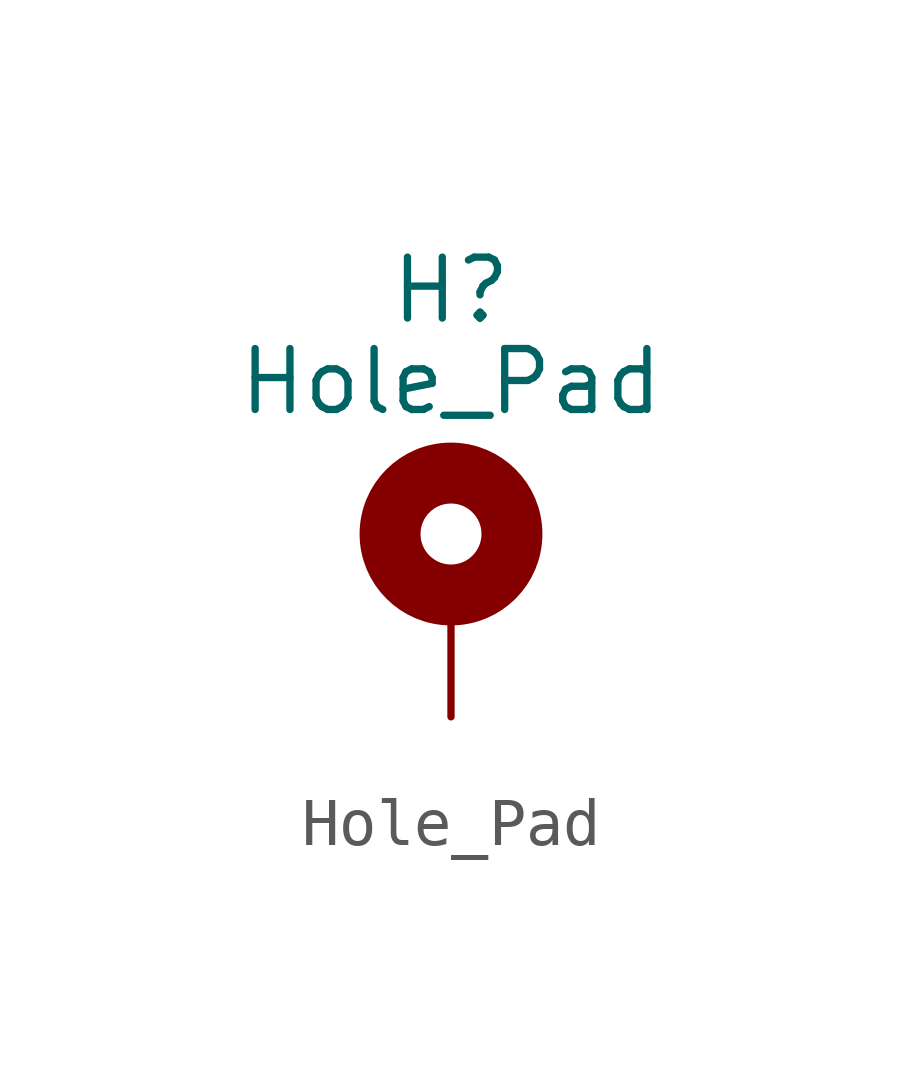
<source format=kicad_sym>
(kicad_symbol_lib
  (version 20231120)
  (generator "kicad_symbol_editor")
  (generator_version "8.0")
  (symbol "Hole_Pad"
    (pin_numbers hide)
    (pin_names
      (offset 1.016) hide)
    (property "Reference" "H"
      (at 0 6.35 0)
      (effects (font (size 1.27 1.27))))
    (property "Value" "Hole_Pad"
      (at 0 4.445 0)
      (effects (font (size 1.27 1.27))))
    (symbol "Hole_Pad_0_1"
      (circle (center 0 1.27) (radius 1.27) (stroke (width 1.27) (type default)) (fill (type none))))
    (symbol "Hole_Pad_1_1"
      (pin input line (at 0 -2.54 90) (length 2.54) (name "1" (effects (font (size 1.27 1.27)))) (number "1" (effects (font (size 1.27 1.27))))))))
</source>
